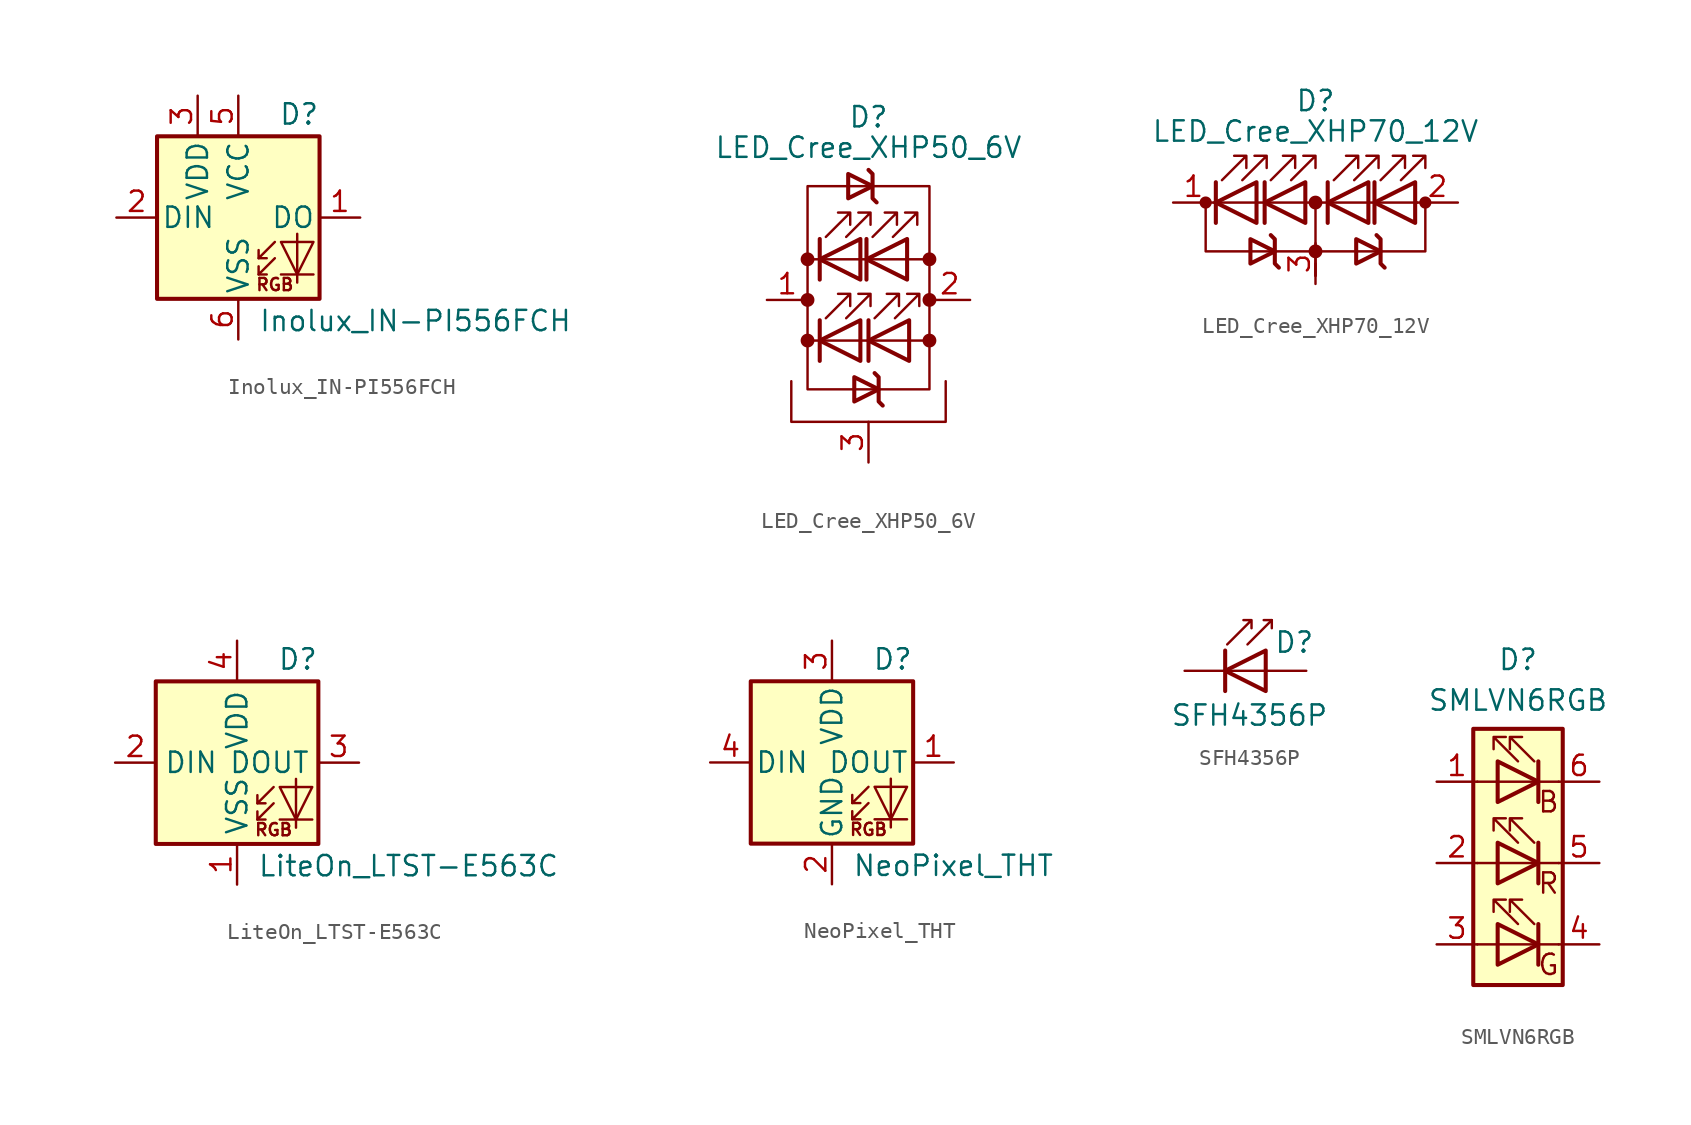
<source format=kicad_sym>
(kicad_symbol_lib
  (version 20231120)
  (generator "kicad_symbol_editor")
  (generator_version "8.0")
  (symbol "Inolux_IN-PI556FCH"
    (pin_names
      (offset 0.254))
    (property "Reference" "D"
      (at 5.08 5.715 0)
      (effects (font (size 1.27 1.27)) (justify right bottom)))
    (property "Value" "Inolux_IN-PI556FCH"
      (at 1.27 -5.715 0)
      (effects (font (size 1.27 1.27)) (justify left top)))
    (symbol "Inolux_IN-PI556FCH_0_0"
      (text "RGB" (at 2.286 -4.191 0) (effects (font (size 0.762 0.762)))))
    (symbol "Inolux_IN-PI556FCH_0_1"
      (polyline (pts (xy 1.27 -3.556) (xy 1.778 -3.556)) (stroke (width 0) (type default)) (fill (type none)))
      (polyline (pts (xy 1.27 -2.54) (xy 1.778 -2.54)) (stroke (width 0) (type default)) (fill (type none)))
      (polyline (pts (xy 4.699 -3.556) (xy 2.667 -3.556)) (stroke (width 0) (type default)) (fill (type none)))
      (polyline (pts (xy 2.286 -2.54) (xy 1.27 -3.556) (xy 1.27 -3.048)) (stroke (width 0) (type default)) (fill (type none)))
      (polyline (pts (xy 2.286 -1.524) (xy 1.27 -2.54) (xy 1.27 -2.032)) (stroke (width 0) (type default)) (fill (type none)))
      (polyline (pts (xy 3.683 -1.016) (xy 3.683 -3.556) (xy 3.683 -4.064)) (stroke (width 0) (type default)) (fill (type none)))
      (polyline (pts (xy 4.699 -1.524) (xy 2.667 -1.524) (xy 3.683 -3.556) (xy 4.699 -1.524)) (stroke (width 0) (type default)) (fill (type none)))
      (rectangle (start 5.08 5.08) (end -5.08 -5.08) (stroke (width 0.254) (type default)) (fill (type background))))
    (symbol "Inolux_IN-PI556FCH_1_1"
      (pin output line (at 7.62 0 180) (length 2.54) (name "DO" (effects (font (size 1.27 1.27)))) (number "1" (effects (font (size 1.27 1.27)))))
      (pin input line (at -7.62 0 0) (length 2.54) (name "DIN" (effects (font (size 1.27 1.27)))) (number "2" (effects (font (size 1.27 1.27)))))
      (pin power_in line (at -2.54 7.62 270) (length 2.54) (name "VDD" (effects (font (size 1.27 1.27)))) (number "3" (effects (font (size 1.27 1.27)))))
      (pin no_connect line (at 5.08 2.54 180) (length 2.54) hide (name "NC" (effects (font (size 1.27 1.27)))) (number "4" (effects (font (size 1.27 1.27)))))
      (pin power_in line (at 0 7.62 270) (length 2.54) (name "VCC" (effects (font (size 1.27 1.27)))) (number "5" (effects (font (size 1.27 1.27)))))
      (pin power_in line (at 0 -7.62 90) (length 2.54) (name "VSS" (effects (font (size 1.27 1.27)))) (number "6" (effects (font (size 1.27 1.27)))))))
  (symbol "LED_Cree_XHP50_6V"
    (pin_names
      (offset 1.016) hide)
    (property "Reference" "D"
      (at 0 11.43 0)
      (effects (font (size 1.27 1.27))))
    (property "Value" "LED_Cree_XHP50_6V"
      (at 0 9.525 0)
      (effects (font (size 1.27 1.27))))
    (symbol "LED_Cree_XHP50_6V_0_1"
      (circle (center -3.81 -2.54) (radius 0.356) (stroke (width 0) (type default)) (fill (type outline)))
      (circle (center -3.81 0) (radius 0.356) (stroke (width 0) (type default)) (fill (type outline)))
      (circle (center -3.81 2.54) (radius 0.356) (stroke (width 0) (type default)) (fill (type outline)))
      (polyline (pts (xy -3.81 -2.54) (xy 3.81 -2.54)) (stroke (width 0) (type default)) (fill (type none)))
      (polyline (pts (xy -3.048 -3.81) (xy -3.048 -1.27)) (stroke (width 0.254) (type default)) (fill (type none)))
      (polyline (pts (xy -3.048 1.27) (xy -3.048 3.81)) (stroke (width 0.254) (type default)) (fill (type none)))
      (polyline (pts (xy -0.127 1.27) (xy -0.127 3.81)) (stroke (width 0.254) (type default)) (fill (type none)))
      (polyline (pts (xy 0 -3.81) (xy 0 -1.27)) (stroke (width 0.254) (type default)) (fill (type none)))
      (polyline (pts (xy 3.81 2.54) (xy -3.81 2.54)) (stroke (width 0) (type default)) (fill (type none)))
      (polyline (pts (xy -4.826 -5.08) (xy -4.826 -7.62) (xy 4.826 -7.62) (xy 4.826 -5.08)) (stroke (width 0) (type default)) (fill (type none)))
      (polyline (pts (xy -0.508 -3.81) (xy -0.508 -1.27) (xy -3.048 -2.54) (xy -0.508 -3.81)) (stroke (width 0.254) (type default)) (fill (type none)))
      (polyline (pts (xy -0.508 1.27) (xy -0.508 3.81) (xy -3.048 2.54) (xy -0.508 1.27)) (stroke (width 0.254) (type default)) (fill (type none)))
      (polyline (pts (xy 0.508 6.096) (xy 0.254 6.35) (xy 0.254 7.874) (xy 0 8.128)) (stroke (width 0.254) (type default)) (fill (type none)))
      (polyline (pts (xy 0.889 -6.604) (xy 0.635 -6.35) (xy 0.635 -4.826) (xy 0.381 -4.572)) (stroke (width 0.254) (type default)) (fill (type none)))
      (polyline (pts (xy 2.413 1.27) (xy 2.413 3.81) (xy -0.127 2.54) (xy 2.413 1.27)) (stroke (width 0.254) (type default)) (fill (type none)))
      (polyline (pts (xy 2.54 -3.81) (xy 2.54 -1.27) (xy 0 -2.54) (xy 2.54 -3.81)) (stroke (width 0.254) (type default)) (fill (type none)))
      (polyline (pts (xy -3.81 -5.588) (xy -3.81 7.112) (xy 3.81 7.112) (xy 3.81 -5.588) (xy -3.81 -5.588)) (stroke (width 0) (type default)) (fill (type none)))
      (polyline (pts (xy -2.667 -1.143) (xy -1.143 0.381) (xy -1.905 0.381) (xy -1.143 0.381) (xy -1.143 -0.381)) (stroke (width 0) (type default)) (fill (type none)))
      (polyline (pts (xy -2.667 3.937) (xy -1.143 5.461) (xy -1.905 5.461) (xy -1.143 5.461) (xy -1.143 4.699)) (stroke (width 0) (type default)) (fill (type none)))
      (polyline (pts (xy -1.397 -1.143) (xy 0.127 0.381) (xy -0.635 0.381) (xy 0.127 0.381) (xy 0.127 -0.381)) (stroke (width 0) (type default)) (fill (type none)))
      (polyline (pts (xy -1.397 3.937) (xy 0.127 5.461) (xy -0.635 5.461) (xy 0.127 5.461) (xy 0.127 4.699)) (stroke (width 0) (type default)) (fill (type none)))
      (polyline (pts (xy -1.27 6.35) (xy -1.27 7.874) (xy 0.254 7.112) (xy -1.27 6.35) (xy -1.27 6.604)) (stroke (width 0.254) (type default)) (fill (type none)))
      (polyline (pts (xy -0.889 -6.35) (xy -0.889 -4.826) (xy 0.635 -5.588) (xy -0.889 -6.35) (xy -0.889 -6.096)) (stroke (width 0.254) (type default)) (fill (type none)))
      (polyline (pts (xy 0.254 3.937) (xy 1.778 5.461) (xy 1.016 5.461) (xy 1.778 5.461) (xy 1.778 4.699)) (stroke (width 0) (type default)) (fill (type none)))
      (polyline (pts (xy 0.381 -1.143) (xy 1.905 0.381) (xy 1.143 0.381) (xy 1.905 0.381) (xy 1.905 -0.381)) (stroke (width 0) (type default)) (fill (type none)))
      (polyline (pts (xy 1.524 3.937) (xy 3.048 5.461) (xy 2.286 5.461) (xy 3.048 5.461) (xy 3.048 4.699)) (stroke (width 0) (type default)) (fill (type none)))
      (polyline (pts (xy 1.651 -1.143) (xy 3.175 0.381) (xy 2.413 0.381) (xy 3.175 0.381) (xy 3.175 -0.381)) (stroke (width 0) (type default)) (fill (type none)))
      (circle (center 3.81 -2.54) (radius 0.356) (stroke (width 0) (type default)) (fill (type outline)))
      (circle (center 3.81 0) (radius 0.356) (stroke (width 0) (type default)) (fill (type outline)))
      (circle (center 3.81 2.54) (radius 0.356) (stroke (width 0) (type default)) (fill (type outline))))
    (symbol "LED_Cree_XHP50_6V_1_1"
      (pin passive line (at -6.35 0 0) (length 2.54) (name "K" (effects (font (size 1.27 1.27)))) (number "1" (effects (font (size 1.27 1.27)))))
      (pin passive line (at 6.35 0 180) (length 2.54) (name "A" (effects (font (size 1.27 1.27)))) (number "2" (effects (font (size 1.27 1.27)))))
      (pin passive line (at 0 -10.16 90) (length 2.54) (name "PAD" (effects (font (size 1.27 1.27)))) (number "3" (effects (font (size 1.27 1.27)))))))
  (symbol "LED_Cree_XHP70_12V"
    (pin_names
      (offset 1.016) hide)
    (property "Reference" "D"
      (at 0 6.35 0)
      (effects (font (size 1.27 1.27))))
    (property "Value" "LED_Cree_XHP70_12V"
      (at 0 4.445 0)
      (effects (font (size 1.27 1.27))))
    (symbol "LED_Cree_XHP70_12V_0_1"
      (circle (center -6.858 0) (radius 0.254) (stroke (width 0.254) (type default)) (fill (type outline)))
      (circle (center 0 -3.048) (radius 0.356) (stroke (width 0) (type default)) (fill (type outline)))
      (polyline (pts (xy -6.35 0) (xy 6.35 0)) (stroke (width 0) (type default)) (fill (type none)))
      (polyline (pts (xy -6.223 -1.27) (xy -6.223 1.27)) (stroke (width 0.254) (type default)) (fill (type none)))
      (polyline (pts (xy -3.175 -1.27) (xy -3.175 1.27)) (stroke (width 0.254) (type default)) (fill (type none)))
      (polyline (pts (xy 0 -3.81) (xy 0 -4.572)) (stroke (width 0) (type default)) (fill (type none)))
      (polyline (pts (xy 0 0) (xy 0 -4.572)) (stroke (width 0) (type default)) (fill (type none)))
      (polyline (pts (xy 0.762 -1.27) (xy 0.762 1.27)) (stroke (width 0.254) (type default)) (fill (type none)))
      (polyline (pts (xy 3.683 -1.27) (xy 3.683 1.27)) (stroke (width 0.254) (type default)) (fill (type none)))
      (polyline (pts (xy -6.858 0) (xy -6.858 -3.048) (xy 6.858 -3.048) (xy 6.858 0)) (stroke (width 0) (type default)) (fill (type none)))
      (polyline (pts (xy -3.683 -1.27) (xy -3.683 1.27) (xy -6.223 0) (xy -3.683 -1.27)) (stroke (width 0.254) (type default)) (fill (type none)))
      (polyline (pts (xy -2.286 -4.064) (xy -2.54 -3.81) (xy -2.54 -2.286) (xy -2.794 -2.032)) (stroke (width 0.254) (type default)) (fill (type none)))
      (polyline (pts (xy -0.635 -1.27) (xy -0.635 1.27) (xy -3.175 0) (xy -0.635 -1.27)) (stroke (width 0.254) (type default)) (fill (type none)))
      (polyline (pts (xy 3.302 -1.27) (xy 3.302 1.27) (xy 0.762 0) (xy 3.302 -1.27)) (stroke (width 0.254) (type default)) (fill (type none)))
      (polyline (pts (xy 4.318 -4.064) (xy 4.064 -3.81) (xy 4.064 -2.286) (xy 3.81 -2.032)) (stroke (width 0.254) (type default)) (fill (type none)))
      (polyline (pts (xy 6.223 -1.27) (xy 6.223 1.27) (xy 3.683 0) (xy 6.223 -1.27)) (stroke (width 0.254) (type default)) (fill (type none)))
      (polyline (pts (xy -5.842 1.397) (xy -4.318 2.921) (xy -5.08 2.921) (xy -4.318 2.921) (xy -4.318 2.159)) (stroke (width 0) (type default)) (fill (type none)))
      (polyline (pts (xy -4.572 1.397) (xy -3.048 2.921) (xy -3.81 2.921) (xy -3.048 2.921) (xy -3.048 2.159)) (stroke (width 0) (type default)) (fill (type none)))
      (polyline (pts (xy -4.064 -3.81) (xy -4.064 -2.286) (xy -2.54 -3.048) (xy -4.064 -3.81) (xy -4.064 -3.556)) (stroke (width 0.254) (type default)) (fill (type none)))
      (polyline (pts (xy -2.794 1.397) (xy -1.27 2.921) (xy -2.032 2.921) (xy -1.27 2.921) (xy -1.27 2.159)) (stroke (width 0) (type default)) (fill (type none)))
      (polyline (pts (xy -1.524 1.397) (xy 0 2.921) (xy -0.762 2.921) (xy 0 2.921) (xy 0 2.159)) (stroke (width 0) (type default)) (fill (type none)))
      (polyline (pts (xy 1.143 1.397) (xy 2.667 2.921) (xy 1.905 2.921) (xy 2.667 2.921) (xy 2.667 2.159)) (stroke (width 0) (type default)) (fill (type none)))
      (polyline (pts (xy 2.413 1.397) (xy 3.937 2.921) (xy 3.175 2.921) (xy 3.937 2.921) (xy 3.937 2.159)) (stroke (width 0) (type default)) (fill (type none)))
      (polyline (pts (xy 2.54 -3.81) (xy 2.54 -2.286) (xy 4.064 -3.048) (xy 2.54 -3.81) (xy 2.54 -3.556)) (stroke (width 0.254) (type default)) (fill (type none)))
      (polyline (pts (xy 4.064 1.397) (xy 5.588 2.921) (xy 4.826 2.921) (xy 5.588 2.921) (xy 5.588 2.159)) (stroke (width 0) (type default)) (fill (type none)))
      (polyline (pts (xy 5.334 1.397) (xy 6.858 2.921) (xy 6.096 2.921) (xy 6.858 2.921) (xy 6.858 2.159)) (stroke (width 0) (type default)) (fill (type none)))
      (circle (center 0 0) (radius 0.356) (stroke (width 0) (type default)) (fill (type outline)))
      (circle (center 6.858 0) (radius 0.254) (stroke (width 0.254) (type default)) (fill (type outline))))
    (symbol "LED_Cree_XHP70_12V_1_1"
      (pin passive line (at -8.89 0 0) (length 2.54) (name "K" (effects (font (size 1.27 1.27)))) (number "1" (effects (font (size 1.27 1.27)))))
      (pin passive line (at 8.89 0 180) (length 2.54) (name "A" (effects (font (size 1.27 1.27)))) (number "2" (effects (font (size 1.27 1.27)))))
      (pin passive line (at 0 -5.08 90) (length 2.54) (name "PAD" (effects (font (size 1.27 1.27)))) (number "3" (effects (font (size 1.27 1.27)))))))
  (symbol "LiteOn_LTST-E563C"
    (property "Reference" "D"
      (at 5.08 5.715 0)
      (effects (font (size 1.27 1.27)) (justify right bottom)))
    (property "Value" "LiteOn_LTST-E563C"
      (at 1.27 -5.715 0)
      (effects (font (size 1.27 1.27)) (justify left top)))
    (symbol "LiteOn_LTST-E563C_0_0"
      (text "RGB" (at 2.286 -4.191 0) (effects (font (size 0.762 0.762)))))
    (symbol "LiteOn_LTST-E563C_0_1"
      (polyline (pts (xy 1.27 -3.556) (xy 1.778 -3.556)) (stroke (width 0) (type default)) (fill (type none)))
      (polyline (pts (xy 1.27 -2.54) (xy 1.778 -2.54)) (stroke (width 0) (type default)) (fill (type none)))
      (polyline (pts (xy 4.699 -3.556) (xy 2.667 -3.556)) (stroke (width 0) (type default)) (fill (type none)))
      (polyline (pts (xy 2.286 -2.54) (xy 1.27 -3.556) (xy 1.27 -3.048)) (stroke (width 0) (type default)) (fill (type none)))
      (polyline (pts (xy 2.286 -1.524) (xy 1.27 -2.54) (xy 1.27 -2.032)) (stroke (width 0) (type default)) (fill (type none)))
      (polyline (pts (xy 3.683 -1.016) (xy 3.683 -3.556) (xy 3.683 -4.064)) (stroke (width 0) (type default)) (fill (type none)))
      (polyline (pts (xy 4.699 -1.524) (xy 2.667 -1.524) (xy 3.683 -3.556) (xy 4.699 -1.524)) (stroke (width 0) (type default)) (fill (type none)))
      (rectangle (start 5.08 5.08) (end -5.08 -5.08) (stroke (width 0.254) (type default)) (fill (type background))))
    (symbol "LiteOn_LTST-E563C_1_1"
      (pin power_in line (at 0 -7.62 90) (length 2.54) (name "VSS" (effects (font (size 1.27 1.27)))) (number "1" (effects (font (size 1.27 1.27)))))
      (pin input line (at -7.62 0 0) (length 2.54) (name "DIN" (effects (font (size 1.27 1.27)))) (number "2" (effects (font (size 1.27 1.27)))))
      (pin output line (at 7.62 0 180) (length 2.54) (name "DOUT" (effects (font (size 1.27 1.27)))) (number "3" (effects (font (size 1.27 1.27)))))
      (pin power_in line (at 0 7.62 270) (length 2.54) (name "VDD" (effects (font (size 1.27 1.27)))) (number "4" (effects (font (size 1.27 1.27)))))))
  (symbol "NeoPixel_THT"
    (pin_names
      (offset 0.254))
    (property "Reference" "D"
      (at 5.08 5.715 0)
      (effects (font (size 1.27 1.27)) (justify right bottom)))
    (property "Value" "NeoPixel_THT"
      (at 1.27 -5.715 0)
      (effects (font (size 1.27 1.27)) (justify left top)))
    (symbol "NeoPixel_THT_0_0"
      (text "RGB" (at 2.286 -4.191 0) (effects (font (size 0.762 0.762)))))
    (symbol "NeoPixel_THT_0_1"
      (polyline (pts (xy 1.27 -3.556) (xy 1.778 -3.556)) (stroke (width 0) (type default)) (fill (type none)))
      (polyline (pts (xy 1.27 -2.54) (xy 1.778 -2.54)) (stroke (width 0) (type default)) (fill (type none)))
      (polyline (pts (xy 4.699 -3.556) (xy 2.667 -3.556)) (stroke (width 0) (type default)) (fill (type none)))
      (polyline (pts (xy 2.286 -2.54) (xy 1.27 -3.556) (xy 1.27 -3.048)) (stroke (width 0) (type default)) (fill (type none)))
      (polyline (pts (xy 2.286 -1.524) (xy 1.27 -2.54) (xy 1.27 -2.032)) (stroke (width 0) (type default)) (fill (type none)))
      (polyline (pts (xy 3.683 -1.016) (xy 3.683 -3.556) (xy 3.683 -4.064)) (stroke (width 0) (type default)) (fill (type none)))
      (polyline (pts (xy 4.699 -1.524) (xy 2.667 -1.524) (xy 3.683 -3.556) (xy 4.699 -1.524)) (stroke (width 0) (type default)) (fill (type none)))
      (rectangle (start 5.08 5.08) (end -5.08 -5.08) (stroke (width 0.254) (type default)) (fill (type background))))
    (symbol "NeoPixel_THT_1_1"
      (pin output line (at 7.62 0 180) (length 2.54) (name "DOUT" (effects (font (size 1.27 1.27)))) (number "1" (effects (font (size 1.27 1.27)))))
      (pin power_in line (at 0 -7.62 90) (length 2.54) (name "GND" (effects (font (size 1.27 1.27)))) (number "2" (effects (font (size 1.27 1.27)))))
      (pin power_in line (at 0 7.62 270) (length 2.54) (name "VDD" (effects (font (size 1.27 1.27)))) (number "3" (effects (font (size 1.27 1.27)))))
      (pin input line (at -7.62 0 0) (length 2.54) (name "DIN" (effects (font (size 1.27 1.27)))) (number "4" (effects (font (size 1.27 1.27)))))))
  (symbol "SFH4356P"
    (pin_numbers hide)
    (pin_names
      (offset 1.016) hide)
    (property "Reference" "D"
      (at 0.508 1.778 0)
      (effects (font (size 1.27 1.27)) (justify left)))
    (property "Value" "SFH4356P"
      (at -1.016 -2.794 0)
      (effects (font (size 1.27 1.27))))
    (symbol "SFH4356P_0_1"
      (polyline (pts (xy -2.54 1.27) (xy -2.54 -1.27)) (stroke (width 0.254) (type default)) (fill (type none)))
      (polyline (pts (xy 0 0) (xy -2.54 0)) (stroke (width 0) (type default)) (fill (type none)))
      (polyline (pts (xy 0.381 3.175) (xy -0.127 3.175)) (stroke (width 0) (type default)) (fill (type none)))
      (polyline (pts (xy -1.143 1.651) (xy 0.381 3.175) (xy 0.381 2.667)) (stroke (width 0) (type default)) (fill (type none)))
      (polyline (pts (xy 0 1.27) (xy -2.54 0) (xy 0 -1.27) (xy 0 1.27)) (stroke (width 0.254) (type default)) (fill (type none)))
      (polyline (pts (xy -2.413 1.651) (xy -0.889 3.175) (xy -0.889 2.667) (xy -0.889 3.175) (xy -1.397 3.175)) (stroke (width 0) (type default)) (fill (type none))))
    (symbol "SFH4356P_1_1"
      (pin passive line (at -5.08 0 0) (length 2.54) (name "K" (effects (font (size 1.27 1.27)))) (number "1" (effects (font (size 1.27 1.27)))))
      (pin passive line (at 2.54 0 180) (length 2.54) (name "A" (effects (font (size 1.27 1.27)))) (number "2" (effects (font (size 1.27 1.27)))))))
  (symbol "SMLVN6RGB"
    (pin_names
      (offset 0) hide)
    (property "Reference" "D"
      (at 0 12.7 0)
      (effects (font (size 1.27 1.27))))
    (property "Value" "SMLVN6RGB"
      (at 0 10.16 0)
      (effects (font (size 1.27 1.27))))
    (symbol "SMLVN6RGB_0_0"
      (text "B" (at 1.905 3.81 0) (effects (font (size 1.27 1.27))))
      (text "G" (at 1.905 -6.35 0) (effects (font (size 1.27 1.27))))
      (text "R" (at 1.905 -1.27 0) (effects (font (size 1.27 1.27)))))
    (symbol "SMLVN6RGB_0_1"
      (rectangle (start -2.794 8.382) (end 2.794 -7.62) (stroke (width 0.254) (type default)) (fill (type background)))
      (rectangle (start -1.27 -1.27) (end -1.27 1.27) (stroke (width 0) (type default)) (fill (type none)))
      (rectangle (start -1.27 1.27) (end -1.27 1.27) (stroke (width 0) (type default)) (fill (type none)))
      (rectangle (start -1.27 3.81) (end -1.27 6.35) (stroke (width 0) (type default)) (fill (type none)))
      (rectangle (start -1.27 6.35) (end -1.27 6.35) (stroke (width 0) (type default)) (fill (type none)))
      (polyline (pts (xy -1.27 -5.08) (xy -2.54 -5.08)) (stroke (width 0) (type default)) (fill (type none)))
      (polyline (pts (xy -1.27 0) (xy -2.54 0)) (stroke (width 0) (type default)) (fill (type none)))
      (polyline (pts (xy -1.27 0) (xy 1.27 0)) (stroke (width 0) (type default)) (fill (type none)))
      (polyline (pts (xy -1.27 5.08) (xy -2.54 5.08)) (stroke (width 0) (type default)) (fill (type none)))
      (polyline (pts (xy 1.27 -5.08) (xy -1.27 -5.08)) (stroke (width 0) (type default)) (fill (type none)))
      (polyline (pts (xy 1.27 -5.08) (xy 2.54 -5.08)) (stroke (width 0) (type default)) (fill (type none)))
      (polyline (pts (xy 1.27 -3.81) (xy 1.27 -6.35)) (stroke (width 0.254) (type default)) (fill (type none)))
      (polyline (pts (xy 1.27 0) (xy 2.54 0)) (stroke (width 0) (type default)) (fill (type none)))
      (polyline (pts (xy 1.27 1.27) (xy 1.27 -1.27)) (stroke (width 0.254) (type default)) (fill (type none)))
      (polyline (pts (xy 1.27 5.08) (xy -1.27 5.08)) (stroke (width 0) (type default)) (fill (type none)))
      (polyline (pts (xy 1.27 5.08) (xy 2.54 5.08)) (stroke (width 0) (type default)) (fill (type none)))
      (polyline (pts (xy 1.27 6.35) (xy 1.27 3.81)) (stroke (width 0.254) (type default)) (fill (type none)))
      (polyline (pts (xy 1.27 1.27) (xy 1.27 -1.27) (xy 1.27 -1.27)) (stroke (width 0) (type default)) (fill (type none)))
      (polyline (pts (xy 1.27 6.35) (xy 1.27 3.81) (xy 1.27 3.81)) (stroke (width 0) (type default)) (fill (type none)))
      (polyline (pts (xy -1.27 -3.81) (xy -1.27 -6.35) (xy 1.27 -5.08) (xy -1.27 -3.81)) (stroke (width 0.254) (type default)) (fill (type none)))
      (polyline (pts (xy -1.27 1.27) (xy -1.27 -1.27) (xy 1.27 0) (xy -1.27 1.27)) (stroke (width 0.254) (type default)) (fill (type none)))
      (polyline (pts (xy -1.27 6.35) (xy -1.27 3.81) (xy 1.27 5.08) (xy -1.27 6.35)) (stroke (width 0.254) (type default)) (fill (type none)))
      (polyline (pts (xy 0 -3.81) (xy -1.524 -2.286) (xy -0.762 -2.286) (xy -1.524 -2.286) (xy -1.524 -3.048)) (stroke (width 0) (type default)) (fill (type none)))
      (polyline (pts (xy 0 1.27) (xy -1.524 2.794) (xy -0.762 2.794) (xy -1.524 2.794) (xy -1.524 2.032)) (stroke (width 0) (type default)) (fill (type none)))
      (polyline (pts (xy 0 6.35) (xy -1.524 7.874) (xy -0.762 7.874) (xy -1.524 7.874) (xy -1.524 7.112)) (stroke (width 0) (type default)) (fill (type none)))
      (polyline (pts (xy 1.016 -3.81) (xy -0.508 -2.286) (xy 0.254 -2.286) (xy -0.508 -2.286) (xy -0.508 -3.048)) (stroke (width 0) (type default)) (fill (type none)))
      (polyline (pts (xy 1.016 1.27) (xy -0.508 2.794) (xy 0.254 2.794) (xy -0.508 2.794) (xy -0.508 2.032)) (stroke (width 0) (type default)) (fill (type none)))
      (polyline (pts (xy 1.016 6.35) (xy -0.508 7.874) (xy 0.254 7.874) (xy -0.508 7.874) (xy -0.508 7.112)) (stroke (width 0) (type default)) (fill (type none))))
    (symbol "SMLVN6RGB_1_1"
      (pin passive line (at -5.08 5.08 0) (length 2.54) (name "BA" (effects (font (size 1.27 1.27)))) (number "1" (effects (font (size 1.27 1.27)))))
      (pin passive line (at -5.08 0 0) (length 2.54) (name "RA" (effects (font (size 1.27 1.27)))) (number "2" (effects (font (size 1.27 1.27)))))
      (pin passive line (at -5.08 -5.08 0) (length 2.54) (name "GA" (effects (font (size 1.27 1.27)))) (number "3" (effects (font (size 1.27 1.27)))))
      (pin passive line (at 5.08 -5.08 180) (length 2.54) (name "GK" (effects (font (size 1.27 1.27)))) (number "4" (effects (font (size 1.27 1.27)))))
      (pin passive line (at 5.08 0 180) (length 2.54) (name "RK" (effects (font (size 1.27 1.27)))) (number "5" (effects (font (size 1.27 1.27)))))
      (pin passive line (at 5.08 5.08 180) (length 2.54) (name "BK" (effects (font (size 1.27 1.27)))) (number "6" (effects (font (size 1.27 1.27))))))))
</source>
